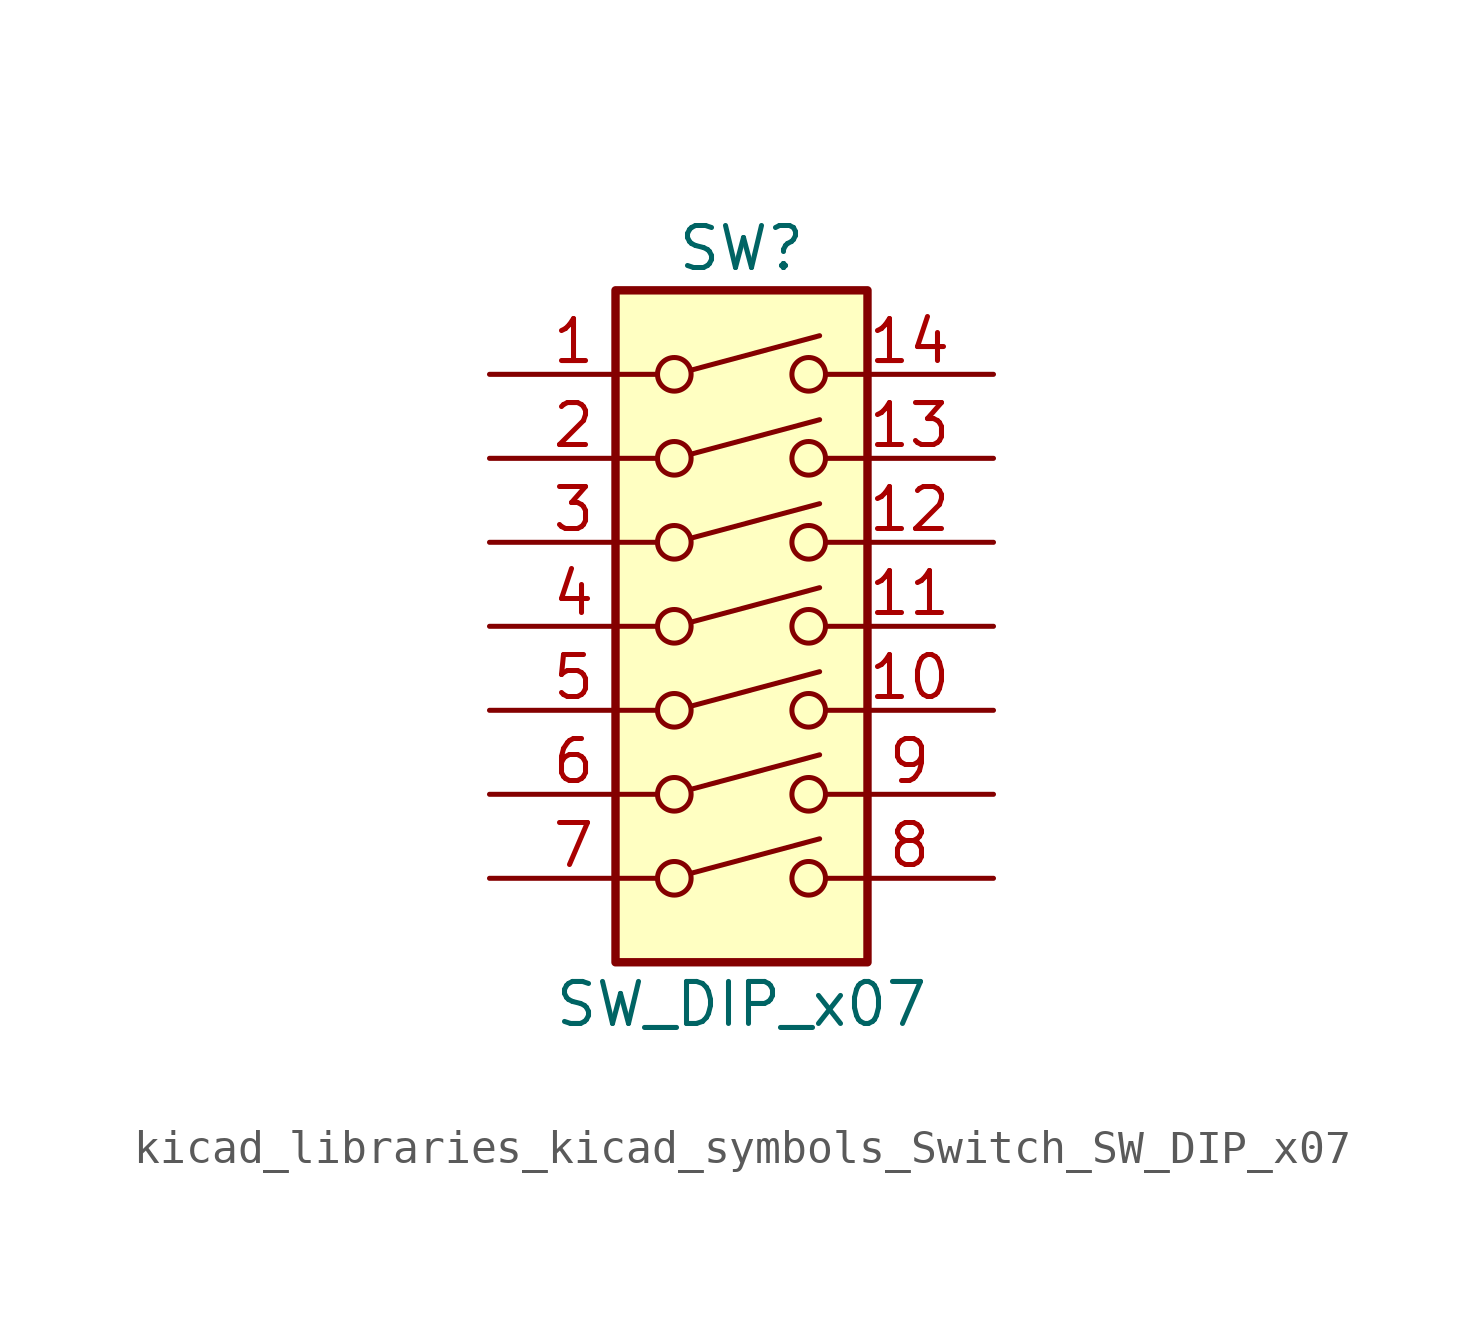
<source format=kicad_sym>
(kicad_symbol_lib
  (version 20220914)
  (generator kicad_symbol_editor)
  (symbol "kicad_libraries_kicad_symbols_Switch_SW_DIP_x07"
    (pin_names
      (offset 0) hide)
    (property "Reference" "SW"
      (at 0 13.97 0)
      (effects (font (size 1.27 1.27))))
    (property "Value" "SW_DIP_x07"
      (at 0 -8.89 0)
      (effects (font (size 1.27 1.27))))
    (symbol "kicad_libraries_kicad_symbols_Switch_SW_DIP_x07_0_0"
      (circle (center -2.032 -5.08) (radius 0.508) (stroke (width 0) (type default)) (fill (type none)))
      (circle (center -2.032 -2.54) (radius 0.508) (stroke (width 0) (type default)) (fill (type none)))
      (circle (center -2.032 0) (radius 0.508) (stroke (width 0) (type default)) (fill (type none)))
      (circle (center -2.032 2.54) (radius 0.508) (stroke (width 0) (type default)) (fill (type none)))
      (circle (center -2.032 5.08) (radius 0.508) (stroke (width 0) (type default)) (fill (type none)))
      (circle (center -2.032 7.62) (radius 0.508) (stroke (width 0) (type default)) (fill (type none)))
      (circle (center -2.032 10.16) (radius 0.508) (stroke (width 0) (type default)) (fill (type none)))
      (polyline (pts (xy -1.524 -4.928) (xy 2.362 -3.886)) (stroke (width 0) (type default)) (fill (type none)))
      (polyline (pts (xy -1.524 -2.388) (xy 2.362 -1.346)) (stroke (width 0) (type default)) (fill (type none)))
      (polyline (pts (xy -1.524 0.127) (xy 2.362 1.168)) (stroke (width 0) (type default)) (fill (type none)))
      (polyline (pts (xy -1.524 2.667) (xy 2.362 3.708)) (stroke (width 0) (type default)) (fill (type none)))
      (polyline (pts (xy -1.524 5.207) (xy 2.362 6.248)) (stroke (width 0) (type default)) (fill (type none)))
      (polyline (pts (xy -1.524 7.747) (xy 2.362 8.788)) (stroke (width 0) (type default)) (fill (type none)))
      (polyline (pts (xy -1.524 10.287) (xy 2.362 11.328)) (stroke (width 0) (type default)) (fill (type none)))
      (circle (center 2.032 -5.08) (radius 0.508) (stroke (width 0) (type default)) (fill (type none)))
      (circle (center 2.032 -2.54) (radius 0.508) (stroke (width 0) (type default)) (fill (type none)))
      (circle (center 2.032 0) (radius 0.508) (stroke (width 0) (type default)) (fill (type none)))
      (circle (center 2.032 2.54) (radius 0.508) (stroke (width 0) (type default)) (fill (type none)))
      (circle (center 2.032 5.08) (radius 0.508) (stroke (width 0) (type default)) (fill (type none)))
      (circle (center 2.032 7.62) (radius 0.508) (stroke (width 0) (type default)) (fill (type none)))
      (circle (center 2.032 10.16) (radius 0.508) (stroke (width 0) (type default)) (fill (type none))))
    (symbol "kicad_libraries_kicad_symbols_Switch_SW_DIP_x07_0_1"
      (rectangle (start -3.81 12.7) (end 3.81 -7.62) (stroke (width 0.254) (type default)) (fill (type background))))
    (symbol "kicad_libraries_kicad_symbols_Switch_SW_DIP_x07_1_1"
      (pin passive line (at -7.62 10.16 0) (length 5.08) (name "~" (effects (font (size 1.27 1.27)))) (number "1" (effects (font (size 1.27 1.27)))))
      (pin passive line (at 7.62 0 180) (length 5.08) (name "~" (effects (font (size 1.27 1.27)))) (number "10" (effects (font (size 1.27 1.27)))))
      (pin passive line (at 7.62 2.54 180) (length 5.08) (name "~" (effects (font (size 1.27 1.27)))) (number "11" (effects (font (size 1.27 1.27)))))
      (pin passive line (at 7.62 5.08 180) (length 5.08) (name "~" (effects (font (size 1.27 1.27)))) (number "12" (effects (font (size 1.27 1.27)))))
      (pin passive line (at 7.62 7.62 180) (length 5.08) (name "~" (effects (font (size 1.27 1.27)))) (number "13" (effects (font (size 1.27 1.27)))))
      (pin passive line (at 7.62 10.16 180) (length 5.08) (name "~" (effects (font (size 1.27 1.27)))) (number "14" (effects (font (size 1.27 1.27)))))
      (pin passive line (at -7.62 7.62 0) (length 5.08) (name "~" (effects (font (size 1.27 1.27)))) (number "2" (effects (font (size 1.27 1.27)))))
      (pin passive line (at -7.62 5.08 0) (length 5.08) (name "~" (effects (font (size 1.27 1.27)))) (number "3" (effects (font (size 1.27 1.27)))))
      (pin passive line (at -7.62 2.54 0) (length 5.08) (name "~" (effects (font (size 1.27 1.27)))) (number "4" (effects (font (size 1.27 1.27)))))
      (pin passive line (at -7.62 0 0) (length 5.08) (name "~" (effects (font (size 1.27 1.27)))) (number "5" (effects (font (size 1.27 1.27)))))
      (pin passive line (at -7.62 -2.54 0) (length 5.08) (name "~" (effects (font (size 1.27 1.27)))) (number "6" (effects (font (size 1.27 1.27)))))
      (pin passive line (at -7.62 -5.08 0) (length 5.08) (name "~" (effects (font (size 1.27 1.27)))) (number "7" (effects (font (size 1.27 1.27)))))
      (pin passive line (at 7.62 -5.08 180) (length 5.08) (name "~" (effects (font (size 1.27 1.27)))) (number "8" (effects (font (size 1.27 1.27)))))
      (pin passive line (at 7.62 -2.54 180) (length 5.08) (name "~" (effects (font (size 1.27 1.27)))) (number "9" (effects (font (size 1.27 1.27))))))))
</source>
